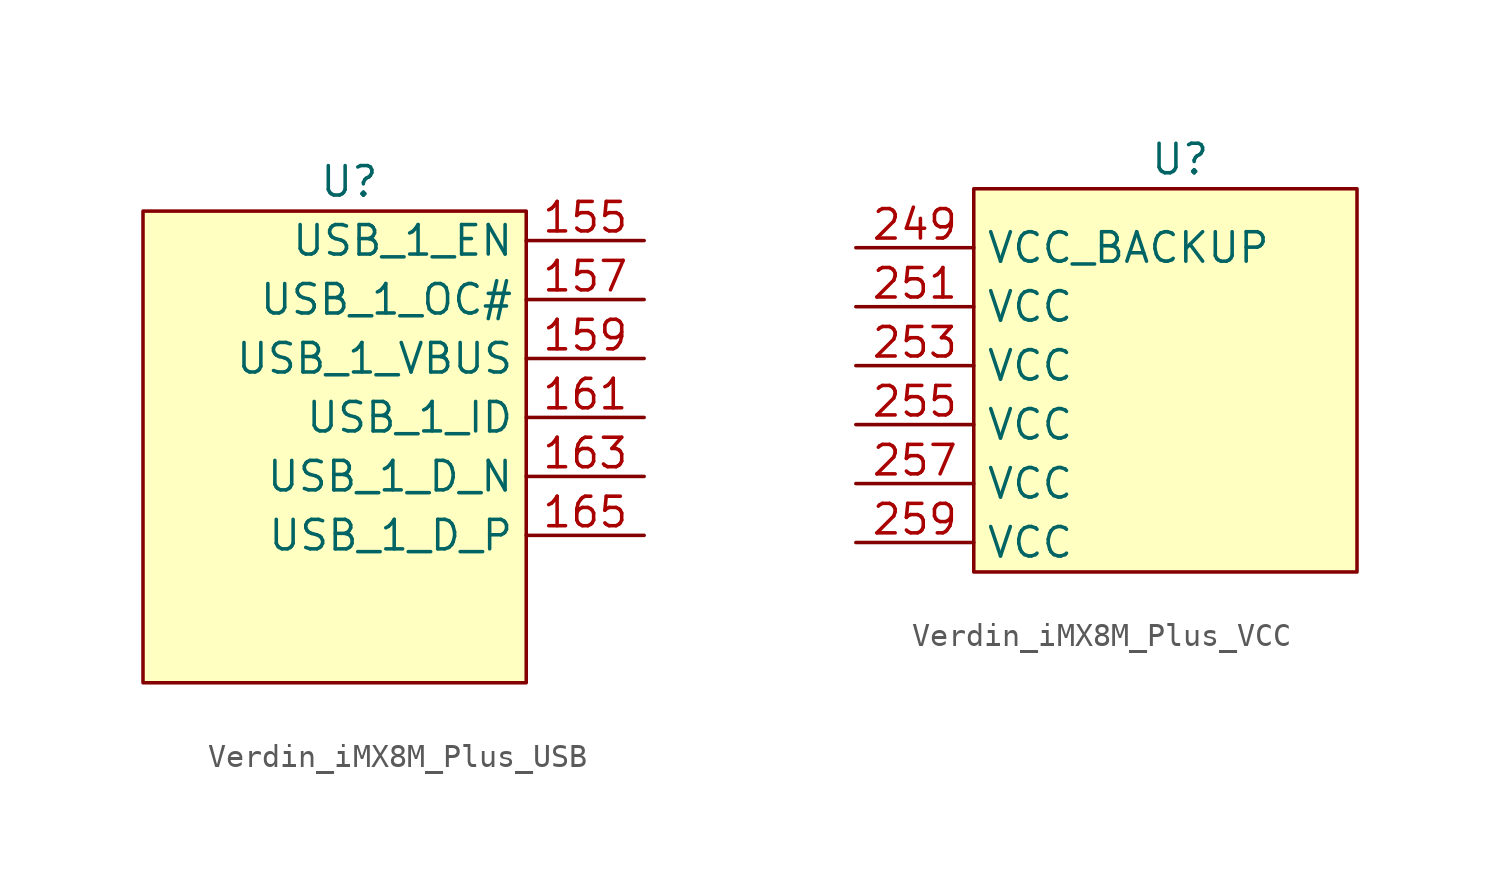
<source format=kicad_sym>
(kicad_symbol_lib
  (version 20220914)
  (generator kicad_symbol_editor)
  (symbol "Verdin_iMX8M_Plus_USB"
    (property "Reference" "U"
      (at -3.81 -1.27 0)
      (effects (font (size 1.27 1.27))))
    (property "Value" ""
      (at 0 0 0)
      (effects (font (size 1.27 1.27))))
    (symbol "Verdin_iMX8M_Plus_USB_1_1"
      (rectangle (start -12.7 -2.54) (end 3.81 -22.86) (stroke (width 0) (type default)) (fill (type background)))
      (pin power_in line (at 8.89 -3.81 180) (length 5.08) (name "USB_1_EN" (effects (font (size 1.27 1.27)))) (number "155" (effects (font (size 1.27 1.27)))))
      (pin power_in line (at 8.89 -6.35 180) (length 5.08) (name "USB_1_OC#" (effects (font (size 1.27 1.27)))) (number "157" (effects (font (size 1.27 1.27)))))
      (pin power_in line (at 8.89 -8.89 180) (length 5.08) (name "USB_1_VBUS" (effects (font (size 1.27 1.27)))) (number "159" (effects (font (size 1.27 1.27)))))
      (pin power_in line (at 8.89 -11.43 180) (length 5.08) (name "USB_1_ID" (effects (font (size 1.27 1.27)))) (number "161" (effects (font (size 1.27 1.27)))))
      (pin power_in line (at 8.89 -13.97 180) (length 5.08) (name "USB_1_D_N" (effects (font (size 1.27 1.27)))) (number "163" (effects (font (size 1.27 1.27)))))
      (pin power_in line (at 8.89 -16.51 180) (length 5.08) (name "USB_1_D_P" (effects (font (size 1.27 1.27)))) (number "165" (effects (font (size 1.27 1.27)))))))
  (symbol "Verdin_iMX8M_Plus_VCC"
    (property "Reference" "U"
      (at 0 0 0)
      (effects (font (size 1.27 1.27))))
    (property "Value" ""
      (at 0 0 0)
      (effects (font (size 1.27 1.27))))
    (symbol "Verdin_iMX8M_Plus_VCC_1_1"
      (rectangle (start -8.89 -1.27) (end 7.62 -17.78) (stroke (width 0) (type default)) (fill (type background)))
      (pin power_in line (at -13.97 -3.81 0) (length 5.08) (name "VCC_BACKUP" (effects (font (size 1.27 1.27)))) (number "249" (effects (font (size 1.27 1.27)))))
      (pin power_in line (at -13.97 -6.35 0) (length 5.08) (name "VCC" (effects (font (size 1.27 1.27)))) (number "251" (effects (font (size 1.27 1.27)))))
      (pin power_in line (at -13.97 -8.89 0) (length 5.08) (name "VCC" (effects (font (size 1.27 1.27)))) (number "253" (effects (font (size 1.27 1.27)))))
      (pin power_in line (at -13.97 -11.43 0) (length 5.08) (name "VCC" (effects (font (size 1.27 1.27)))) (number "255" (effects (font (size 1.27 1.27)))))
      (pin power_in line (at -13.97 -13.97 0) (length 5.08) (name "VCC" (effects (font (size 1.27 1.27)))) (number "257" (effects (font (size 1.27 1.27)))))
      (pin power_in line (at -13.97 -16.51 0) (length 5.08) (name "VCC" (effects (font (size 1.27 1.27)))) (number "259" (effects (font (size 1.27 1.27))))))))
</source>
